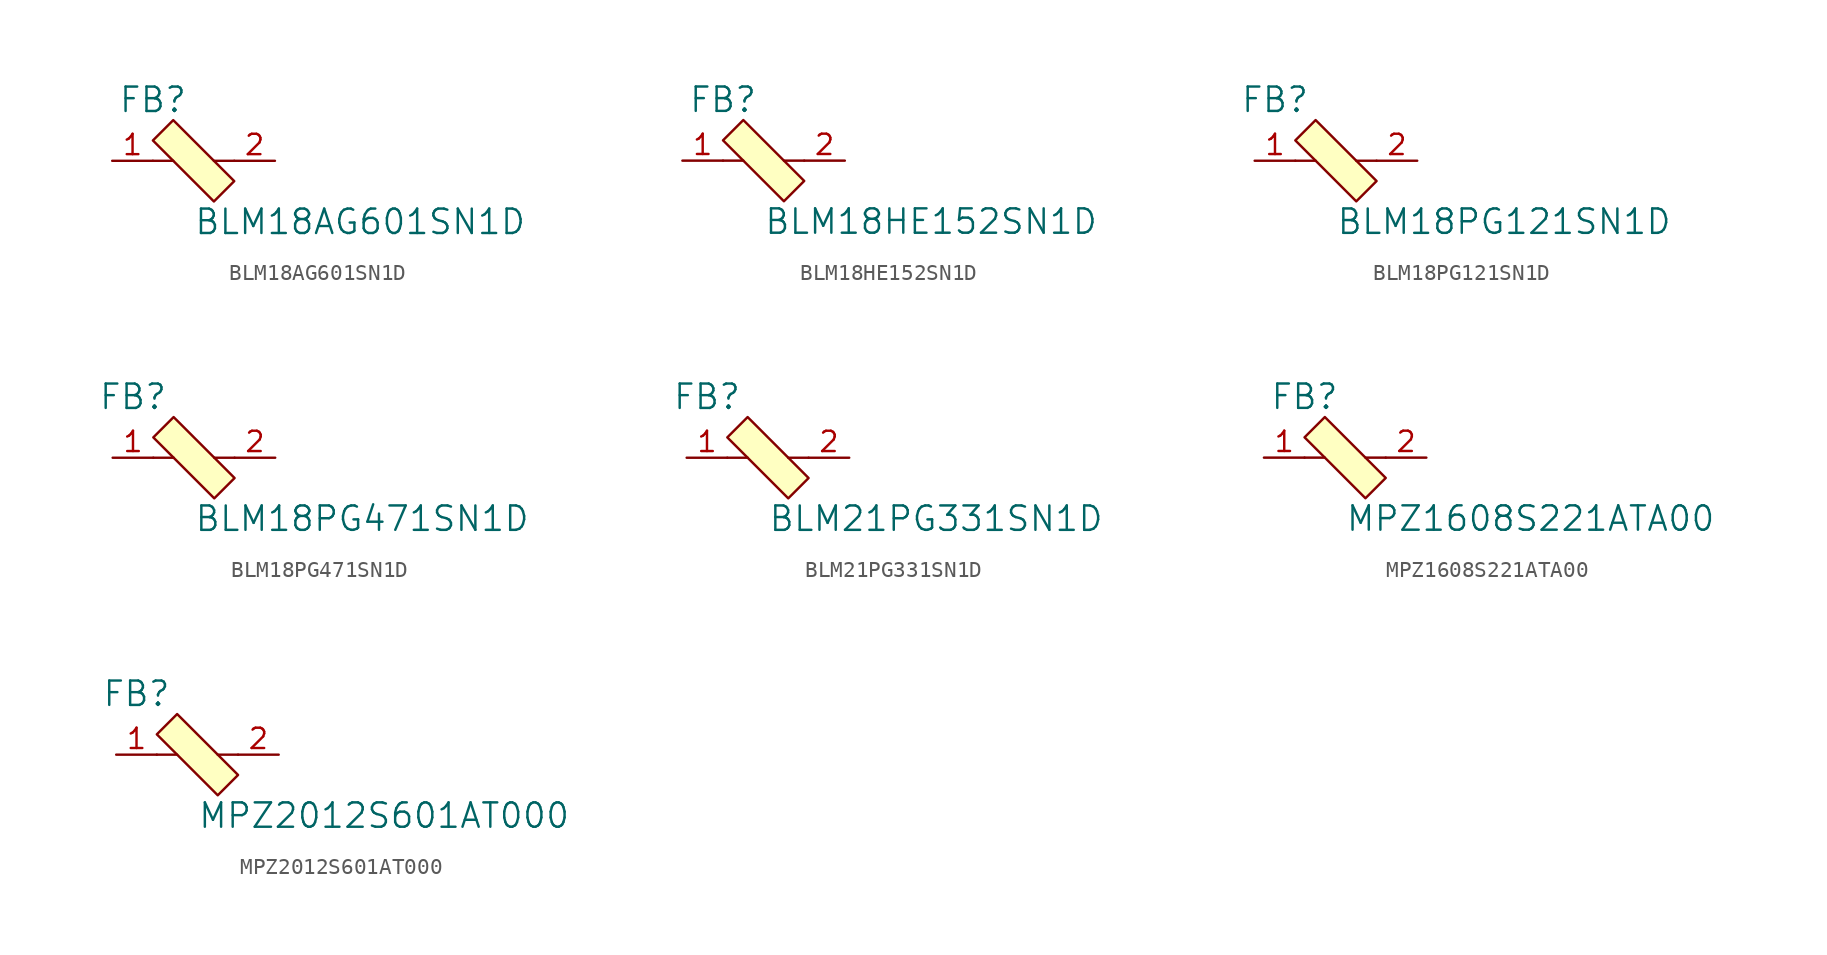
<source format=kicad_sym>
(kicad_symbol_lib
  (version 20220914)
  (generator kicad_symbol_editor)
  (symbol "BLM18AG601SN1D"
    (pin_names
      (offset 1.016))
    (property "Reference" "FB"
      (at -2.54 3.81 0)
      (effects (font (size 1.524 1.524))))
    (property "Value" "BLM18AG601SN1D"
      (at 0 -3.81 0)
      (effects (font (size 1.524 1.524)) (justify left)))
    (symbol "BLM18AG601SN1D_0_1"
      (polyline (pts (xy -1.27 0) (xy -2.54 0)) (stroke (width 0) (type default)) (fill (type none)))
      (polyline (pts (xy 1.27 0) (xy 2.54 0)) (stroke (width 0) (type default)) (fill (type none)))
      (polyline (pts (xy -1.27 2.54) (xy -2.54 1.27) (xy 1.27 -2.54) (xy 2.54 -1.27) (xy -1.27 2.54)) (stroke (width 0) (type default)) (fill (type background))))
    (symbol "BLM18AG601SN1D_1_1"
      (pin passive line (at -5.08 0 0) (length 2.54) (name "~" (effects (font (size 1.27 1.27)))) (number "1" (effects (font (size 1.27 1.27)))))
      (pin passive line (at 5.08 0 180) (length 2.54) (name "~" (effects (font (size 1.27 1.27)))) (number "2" (effects (font (size 1.27 1.27)))))))
  (symbol "BLM18HE152SN1D"
    (pin_names
      (offset 1.016))
    (property "Reference" "FB"
      (at -2.54 3.81 0)
      (effects (font (size 1.524 1.524))))
    (property "Value" "BLM18HE152SN1D"
      (at 0 -3.81 0)
      (effects (font (size 1.524 1.524)) (justify left)))
    (symbol "BLM18HE152SN1D_0_1"
      (polyline (pts (xy -1.27 0) (xy -2.54 0)) (stroke (width 0) (type default)) (fill (type none)))
      (polyline (pts (xy 1.27 0) (xy 2.54 0)) (stroke (width 0) (type default)) (fill (type none)))
      (polyline (pts (xy -1.27 2.54) (xy -2.54 1.27) (xy 1.27 -2.54) (xy 2.54 -1.27) (xy -1.27 2.54)) (stroke (width 0) (type default)) (fill (type background))))
    (symbol "BLM18HE152SN1D_1_1"
      (pin passive line (at -5.08 0 0) (length 2.54) (name "~" (effects (font (size 1.27 1.27)))) (number "1" (effects (font (size 1.27 1.27)))))
      (pin passive line (at 5.08 0 180) (length 2.54) (name "~" (effects (font (size 1.27 1.27)))) (number "2" (effects (font (size 1.27 1.27)))))))
  (symbol "BLM18PG121SN1D"
    (pin_names
      (offset 1.016))
    (property "Reference" "FB"
      (at -3.81 3.81 0)
      (effects (font (size 1.524 1.524))))
    (property "Value" "BLM18PG121SN1D"
      (at 0 -3.81 0)
      (effects (font (size 1.524 1.524)) (justify left)))
    (symbol "BLM18PG121SN1D_0_1"
      (polyline (pts (xy -1.27 0) (xy -2.54 0)) (stroke (width 0) (type default)) (fill (type none)))
      (polyline (pts (xy 1.27 0) (xy 2.54 0)) (stroke (width 0) (type default)) (fill (type none)))
      (polyline (pts (xy -1.27 2.54) (xy -2.54 1.27) (xy 1.27 -2.54) (xy 2.54 -1.27) (xy -1.27 2.54)) (stroke (width 0) (type default)) (fill (type background))))
    (symbol "BLM18PG121SN1D_1_1"
      (pin passive line (at -5.08 0 0) (length 2.54) (name "~" (effects (font (size 1.27 1.27)))) (number "1" (effects (font (size 1.27 1.27)))))
      (pin passive line (at 5.08 0 180) (length 2.54) (name "~" (effects (font (size 1.27 1.27)))) (number "2" (effects (font (size 1.27 1.27)))))))
  (symbol "BLM18PG471SN1D"
    (pin_names
      (offset 1.016))
    (property "Reference" "FB"
      (at -3.81 3.81 0)
      (effects (font (size 1.524 1.524))))
    (property "Value" "BLM18PG471SN1D"
      (at 0 -3.81 0)
      (effects (font (size 1.524 1.524)) (justify left)))
    (symbol "BLM18PG471SN1D_0_1"
      (polyline (pts (xy -1.27 0) (xy -2.54 0)) (stroke (width 0) (type default)) (fill (type none)))
      (polyline (pts (xy 1.27 0) (xy 2.54 0)) (stroke (width 0) (type default)) (fill (type none)))
      (polyline (pts (xy -1.27 2.54) (xy -2.54 1.27) (xy 1.27 -2.54) (xy 2.54 -1.27) (xy -1.27 2.54)) (stroke (width 0) (type default)) (fill (type background))))
    (symbol "BLM18PG471SN1D_1_1"
      (pin passive line (at -5.08 0 0) (length 2.54) (name "~" (effects (font (size 1.27 1.27)))) (number "1" (effects (font (size 1.27 1.27)))))
      (pin passive line (at 5.08 0 180) (length 2.54) (name "~" (effects (font (size 1.27 1.27)))) (number "2" (effects (font (size 1.27 1.27)))))))
  (symbol "BLM21PG331SN1D"
    (pin_names
      (offset 1.016))
    (property "Reference" "FB"
      (at -3.81 3.81 0)
      (effects (font (size 1.524 1.524))))
    (property "Value" "BLM21PG331SN1D"
      (at 0 -3.81 0)
      (effects (font (size 1.524 1.524)) (justify left)))
    (symbol "BLM21PG331SN1D_0_1"
      (polyline (pts (xy -1.27 0) (xy -2.54 0)) (stroke (width 0) (type default)) (fill (type none)))
      (polyline (pts (xy 1.27 0) (xy 2.54 0)) (stroke (width 0) (type default)) (fill (type none)))
      (polyline (pts (xy -1.27 2.54) (xy -2.54 1.27) (xy 1.27 -2.54) (xy 2.54 -1.27) (xy -1.27 2.54)) (stroke (width 0) (type default)) (fill (type background))))
    (symbol "BLM21PG331SN1D_1_1"
      (pin passive line (at -5.08 0 0) (length 2.54) (name "~" (effects (font (size 1.27 1.27)))) (number "1" (effects (font (size 1.27 1.27)))))
      (pin passive line (at 5.08 0 180) (length 2.54) (name "~" (effects (font (size 1.27 1.27)))) (number "2" (effects (font (size 1.27 1.27)))))))
  (symbol "MPZ1608S221ATA00"
    (pin_names
      (offset 1.016))
    (property "Reference" "FB"
      (at -2.54 3.81 0)
      (effects (font (size 1.524 1.524))))
    (property "Value" "MPZ1608S221ATA00"
      (at 0 -3.81 0)
      (effects (font (size 1.524 1.524)) (justify left)))
    (symbol "MPZ1608S221ATA00_0_1"
      (polyline (pts (xy -1.27 0) (xy -2.54 0)) (stroke (width 0) (type default)) (fill (type none)))
      (polyline (pts (xy 1.27 0) (xy 2.54 0)) (stroke (width 0) (type default)) (fill (type none)))
      (polyline (pts (xy -1.27 2.54) (xy -2.54 1.27) (xy 1.27 -2.54) (xy 2.54 -1.27) (xy -1.27 2.54)) (stroke (width 0) (type default)) (fill (type background))))
    (symbol "MPZ1608S221ATA00_1_1"
      (pin passive line (at -5.08 0 0) (length 2.54) (name "~" (effects (font (size 1.27 1.27)))) (number "1" (effects (font (size 1.27 1.27)))))
      (pin passive line (at 5.08 0 180) (length 2.54) (name "~" (effects (font (size 1.27 1.27)))) (number "2" (effects (font (size 1.27 1.27)))))))
  (symbol "MPZ2012S601AT000"
    (pin_names
      (offset 1.016))
    (property "Reference" "FB"
      (at -3.81 3.81 0)
      (effects (font (size 1.524 1.524))))
    (property "Value" "MPZ2012S601AT000"
      (at 0 -3.81 0)
      (effects (font (size 1.524 1.524)) (justify left)))
    (symbol "MPZ2012S601AT000_0_1"
      (polyline (pts (xy -1.27 0) (xy -2.54 0)) (stroke (width 0) (type default)) (fill (type none)))
      (polyline (pts (xy 1.27 0) (xy 2.54 0)) (stroke (width 0) (type default)) (fill (type none)))
      (polyline (pts (xy -1.27 2.54) (xy -2.54 1.27) (xy 1.27 -2.54) (xy 2.54 -1.27) (xy -1.27 2.54)) (stroke (width 0) (type default)) (fill (type background))))
    (symbol "MPZ2012S601AT000_1_1"
      (pin passive line (at -5.08 0 0) (length 2.54) (name "~" (effects (font (size 1.27 1.27)))) (number "1" (effects (font (size 1.27 1.27)))))
      (pin passive line (at 5.08 0 180) (length 2.54) (name "~" (effects (font (size 1.27 1.27)))) (number "2" (effects (font (size 1.27 1.27))))))))
</source>
